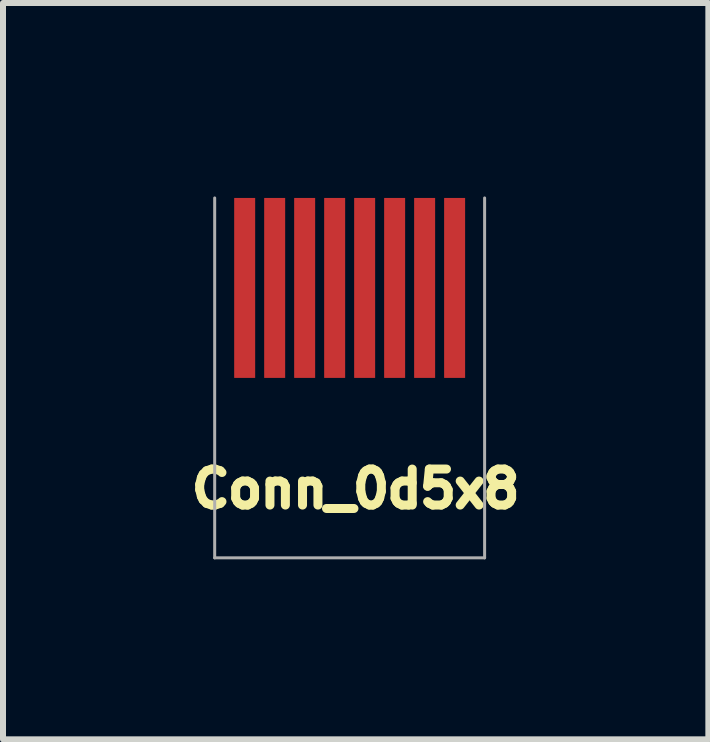
<source format=kicad_pcb>
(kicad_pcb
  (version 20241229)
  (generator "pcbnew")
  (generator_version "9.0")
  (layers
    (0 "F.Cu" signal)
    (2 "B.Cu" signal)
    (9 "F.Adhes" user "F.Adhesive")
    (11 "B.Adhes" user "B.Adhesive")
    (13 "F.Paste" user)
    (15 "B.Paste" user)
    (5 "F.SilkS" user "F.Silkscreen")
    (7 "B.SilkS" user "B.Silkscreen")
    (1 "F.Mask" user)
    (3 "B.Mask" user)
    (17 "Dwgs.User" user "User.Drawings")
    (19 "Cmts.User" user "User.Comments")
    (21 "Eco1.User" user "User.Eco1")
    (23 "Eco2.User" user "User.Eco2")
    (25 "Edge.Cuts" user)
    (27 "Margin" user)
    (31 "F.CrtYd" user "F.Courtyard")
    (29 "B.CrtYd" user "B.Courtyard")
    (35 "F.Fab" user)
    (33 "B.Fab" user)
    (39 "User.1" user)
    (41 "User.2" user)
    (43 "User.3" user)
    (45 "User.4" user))
  (footprint "Conn_0d5x8"
    (layer "F.Cu")
    (at 2.779 0.25)
    (property "Reference" "Conn_0d5x8" (at 0.1 4.85 0) (layer "F.SilkS") (effects (font (size 0.6 0.6) (thickness 0.15))))
    (attr through_hole)
    (fp_line (start -2.25 0) (end -2.25 6) (stroke (width 0.05) (type solid)) (layer "F.Fab"))
    (fp_line (start -2.25 6) (end 2.25 6) (stroke (width 0.05) (type solid)) (layer "F.Fab"))
    (fp_line (start 2.25 0) (end 2.25 6) (stroke (width 0.05) (type solid)) (layer "F.Fab"))
    (pad "1" smd rect (at -1.75 1.5) (size 0.35 3) (layers "F.Cu" "F.Mask"))
    (pad "2" smd rect (at -1.25 1.5) (size 0.35 3) (layers "F.Cu" "F.Mask"))
    (pad "3" smd rect (at -0.75 1.5) (size 0.35 3) (layers "F.Cu" "F.Mask"))
    (pad "4" smd rect (at -0.25 1.5) (size 0.35 3) (layers "F.Cu" "F.Mask"))
    (pad "5" smd rect (at 0.25 1.5) (size 0.35 3) (layers "F.Cu" "F.Mask"))
    (pad "6" smd rect (at 0.75 1.5) (size 0.35 3) (layers "F.Cu" "F.Mask"))
    (pad "7" smd rect (at 1.25 1.5) (size 0.35 3) (layers "F.Cu" "F.Mask"))
    (pad "8" smd rect (at 1.75 1.5) (size 0.35 3) (layers "F.Cu" "F.Mask")))
  (gr_rect
    (start -3 -3)
    (end 8.759 9.275)
    (stroke (width 0.1) (type default))
    (fill no)
    (layer "Edge.Cuts")))
</source>
